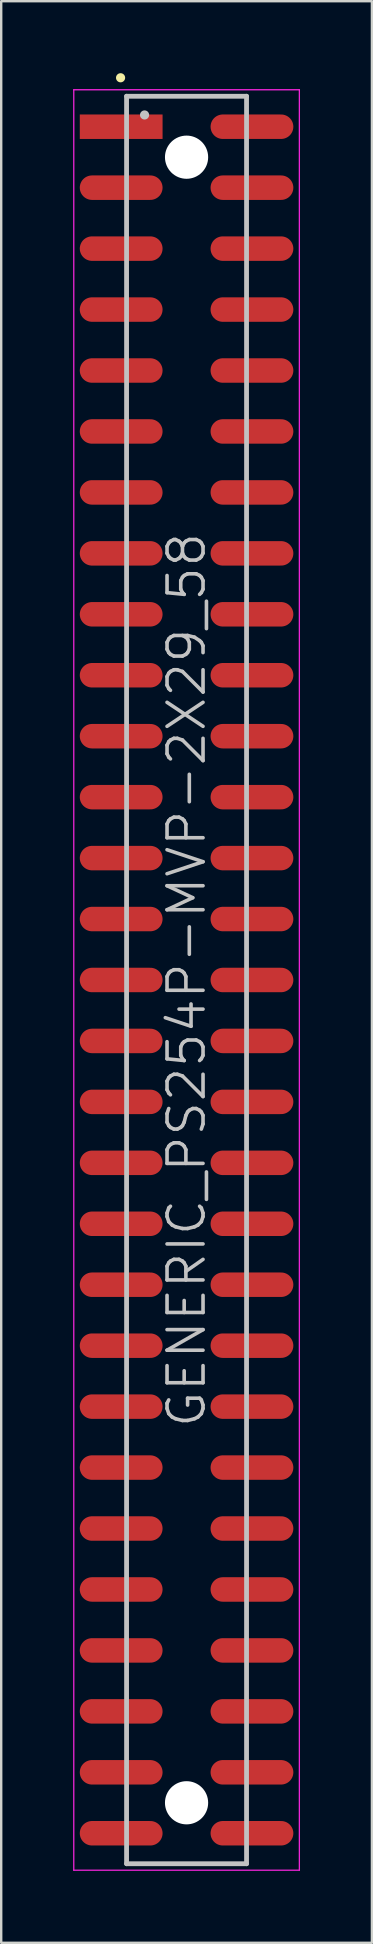
<source format=kicad_pcb>
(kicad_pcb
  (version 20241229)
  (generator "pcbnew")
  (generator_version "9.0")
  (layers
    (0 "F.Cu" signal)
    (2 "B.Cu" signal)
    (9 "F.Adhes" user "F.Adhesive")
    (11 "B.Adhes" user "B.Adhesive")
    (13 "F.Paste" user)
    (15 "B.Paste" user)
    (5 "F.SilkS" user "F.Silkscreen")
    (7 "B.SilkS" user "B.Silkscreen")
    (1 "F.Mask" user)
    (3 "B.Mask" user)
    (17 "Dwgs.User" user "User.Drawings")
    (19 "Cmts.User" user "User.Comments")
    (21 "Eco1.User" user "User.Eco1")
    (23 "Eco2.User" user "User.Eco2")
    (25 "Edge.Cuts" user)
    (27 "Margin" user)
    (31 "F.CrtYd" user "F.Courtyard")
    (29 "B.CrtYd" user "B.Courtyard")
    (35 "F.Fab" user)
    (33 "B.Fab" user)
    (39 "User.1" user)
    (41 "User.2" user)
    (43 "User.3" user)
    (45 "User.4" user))
  (footprint "GENERIC_PS254P-MVP-2X29_58"
    (layer "F.Cu")
    (at 4.725 37.791)
    (property "Reference" "GENERIC_PS254P-MVP-2X29_58" (at 0 0 90) (layer "Dwgs.User") (effects (font (size 1.5 1.5) (thickness 0.15))))
    (attr smd)
    (fp_line (start -2.75 -37.6) (end -2.75 -37.6) (stroke (width 0.381) (type solid)) (layer "F.SilkS"))
    (fp_line (start -2.5 -36.83) (end -2.5 36.83) (stroke (width 0.2) (type solid)) (layer "Dwgs.User"))
    (fp_line (start -2.5 -36.83) (end 2.5 -36.83) (stroke (width 0.2) (type solid)) (layer "Dwgs.User"))
    (fp_line (start -2.5 36.83) (end 2.5 36.83) (stroke (width 0.2) (type solid)) (layer "Dwgs.User"))
    (fp_line (start -1.75 -36.05) (end -1.75 -36.05) (stroke (width 0.381) (type solid)) (layer "Dwgs.User"))
    (fp_line (start 2.5 -36.83) (end 2.5 36.83) (stroke (width 0.2) (type solid)) (layer "Dwgs.User"))
    (fp_line (start -4.7 -37.1) (end -4.7 37.1) (stroke (width 0.05) (type solid)) (layer "F.CrtYd"))
    (fp_line (start -4.7 -37.1) (end 4.7 -37.1) (stroke (width 0.05) (type solid)) (layer "F.CrtYd"))
    (fp_line (start -4.7 37.1) (end 4.7 37.1) (stroke (width 0.05) (type solid)) (layer "F.CrtYd"))
    (fp_line (start 4.7 -37.1) (end 4.7 37.1) (stroke (width 0.05) (type solid)) (layer "F.CrtYd"))
    (pad "" np_thru_hole circle (at 0 -34.29 270) (size 1.8 1.8) (drill 1.8) (layers "*.Cu" "*.Mask"))
    (pad "" np_thru_hole circle (at 0 34.29 270) (size 1.8 1.8) (drill 1.8) (layers "*.Cu" "*.Mask"))
    (pad "1" smd rect (at -2.725 -35.56 270) (size 1.02 3.45) (layers "F.Cu" "F.Mask" "F.Paste"))
    (pad "2" smd oval (at 2.725 -35.56 270) (size 1.02 3.45) (layers "F.Cu" "F.Mask" "F.Paste"))
    (pad "3" smd oval (at -2.725 -33.02 270) (size 1.02 3.45) (layers "F.Cu" "F.Mask" "F.Paste"))
    (pad "4" smd oval (at 2.725 -33.02 270) (size 1.02 3.45) (layers "F.Cu" "F.Mask" "F.Paste"))
    (pad "5" smd oval (at -2.725 -30.48 270) (size 1.02 3.45) (layers "F.Cu" "F.Mask" "F.Paste"))
    (pad "6" smd oval (at 2.725 -30.48 270) (size 1.02 3.45) (layers "F.Cu" "F.Mask" "F.Paste"))
    (pad "7" smd oval (at -2.725 -27.94 270) (size 1.02 3.45) (layers "F.Cu" "F.Mask" "F.Paste"))
    (pad "8" smd oval (at 2.725 -27.94 270) (size 1.02 3.45) (layers "F.Cu" "F.Mask" "F.Paste"))
    (pad "9" smd oval (at -2.725 -25.4 270) (size 1.02 3.45) (layers "F.Cu" "F.Mask" "F.Paste"))
    (pad "10" smd oval (at 2.725 -25.4 270) (size 1.02 3.45) (layers "F.Cu" "F.Mask" "F.Paste"))
    (pad "11" smd oval (at -2.725 -22.86 270) (size 1.02 3.45) (layers "F.Cu" "F.Mask" "F.Paste"))
    (pad "12" smd oval (at 2.725 -22.86 270) (size 1.02 3.45) (layers "F.Cu" "F.Mask" "F.Paste"))
    (pad "13" smd oval (at -2.725 -20.32 270) (size 1.02 3.45) (layers "F.Cu" "F.Mask" "F.Paste"))
    (pad "14" smd oval (at 2.725 -20.32 270) (size 1.02 3.45) (layers "F.Cu" "F.Mask" "F.Paste"))
    (pad "15" smd oval (at -2.725 -17.78 270) (size 1.02 3.45) (layers "F.Cu" "F.Mask" "F.Paste"))
    (pad "16" smd oval (at 2.725 -17.78 270) (size 1.02 3.45) (layers "F.Cu" "F.Mask" "F.Paste"))
    (pad "17" smd oval (at -2.725 -15.24 270) (size 1.02 3.45) (layers "F.Cu" "F.Mask" "F.Paste"))
    (pad "18" smd oval (at 2.725 -15.24 270) (size 1.02 3.45) (layers "F.Cu" "F.Mask" "F.Paste"))
    (pad "19" smd oval (at -2.725 -12.7 270) (size 1.02 3.45) (layers "F.Cu" "F.Mask" "F.Paste"))
    (pad "20" smd oval (at 2.725 -12.7 270) (size 1.02 3.45) (layers "F.Cu" "F.Mask" "F.Paste"))
    (pad "21" smd oval (at -2.725 -10.16 270) (size 1.02 3.45) (layers "F.Cu" "F.Mask" "F.Paste"))
    (pad "22" smd oval (at 2.725 -10.16 270) (size 1.02 3.45) (layers "F.Cu" "F.Mask" "F.Paste"))
    (pad "23" smd oval (at -2.725 -7.62 270) (size 1.02 3.45) (layers "F.Cu" "F.Mask" "F.Paste"))
    (pad "24" smd oval (at 2.725 -7.62 270) (size 1.02 3.45) (layers "F.Cu" "F.Mask" "F.Paste"))
    (pad "25" smd oval (at -2.725 -5.08 270) (size 1.02 3.45) (layers "F.Cu" "F.Mask" "F.Paste"))
    (pad "26" smd oval (at 2.725 -5.08 270) (size 1.02 3.45) (layers "F.Cu" "F.Mask" "F.Paste"))
    (pad "27" smd oval (at -2.725 -2.54 270) (size 1.02 3.45) (layers "F.Cu" "F.Mask" "F.Paste"))
    (pad "28" smd oval (at 2.725 -2.54 270) (size 1.02 3.45) (layers "F.Cu" "F.Mask" "F.Paste"))
    (pad "29" smd oval (at -2.725 0 270) (size 1.02 3.45) (layers "F.Cu" "F.Mask" "F.Paste"))
    (pad "30" smd oval (at 2.725 0 270) (size 1.02 3.45) (layers "F.Cu" "F.Mask" "F.Paste"))
    (pad "31" smd oval (at -2.725 2.54 270) (size 1.02 3.45) (layers "F.Cu" "F.Mask" "F.Paste"))
    (pad "32" smd oval (at 2.725 2.54 270) (size 1.02 3.45) (layers "F.Cu" "F.Mask" "F.Paste"))
    (pad "33" smd oval (at -2.725 5.08 270) (size 1.02 3.45) (layers "F.Cu" "F.Mask" "F.Paste"))
    (pad "34" smd oval (at 2.725 5.08 270) (size 1.02 3.45) (layers "F.Cu" "F.Mask" "F.Paste"))
    (pad "35" smd oval (at -2.725 7.62 270) (size 1.02 3.45) (layers "F.Cu" "F.Mask" "F.Paste"))
    (pad "36" smd oval (at 2.725 7.62 270) (size 1.02 3.45) (layers "F.Cu" "F.Mask" "F.Paste"))
    (pad "37" smd oval (at -2.725 10.16 270) (size 1.02 3.45) (layers "F.Cu" "F.Mask" "F.Paste"))
    (pad "38" smd oval (at 2.725 10.16 270) (size 1.02 3.45) (layers "F.Cu" "F.Mask" "F.Paste"))
    (pad "39" smd oval (at -2.725 12.7 270) (size 1.02 3.45) (layers "F.Cu" "F.Mask" "F.Paste"))
    (pad "40" smd oval (at 2.725 12.7 270) (size 1.02 3.45) (layers "F.Cu" "F.Mask" "F.Paste"))
    (pad "41" smd oval (at -2.725 15.24 270) (size 1.02 3.45) (layers "F.Cu" "F.Mask" "F.Paste"))
    (pad "42" smd oval (at 2.725 15.24 270) (size 1.02 3.45) (layers "F.Cu" "F.Mask" "F.Paste"))
    (pad "43" smd oval (at -2.725 17.78 270) (size 1.02 3.45) (layers "F.Cu" "F.Mask" "F.Paste"))
    (pad "44" smd oval (at 2.725 17.78 270) (size 1.02 3.45) (layers "F.Cu" "F.Mask" "F.Paste"))
    (pad "45" smd oval (at -2.725 20.32 270) (size 1.02 3.45) (layers "F.Cu" "F.Mask" "F.Paste"))
    (pad "46" smd oval (at 2.725 20.32 270) (size 1.02 3.45) (layers "F.Cu" "F.Mask" "F.Paste"))
    (pad "47" smd oval (at -2.725 22.86 270) (size 1.02 3.45) (layers "F.Cu" "F.Mask" "F.Paste"))
    (pad "48" smd oval (at 2.725 22.86 270) (size 1.02 3.45) (layers "F.Cu" "F.Mask" "F.Paste"))
    (pad "49" smd oval (at -2.725 25.4 270) (size 1.02 3.45) (layers "F.Cu" "F.Mask" "F.Paste"))
    (pad "50" smd oval (at 2.725 25.4 270) (size 1.02 3.45) (layers "F.Cu" "F.Mask" "F.Paste"))
    (pad "51" smd oval (at -2.725 27.94 270) (size 1.02 3.45) (layers "F.Cu" "F.Mask" "F.Paste"))
    (pad "52" smd oval (at 2.725 27.94 270) (size 1.02 3.45) (layers "F.Cu" "F.Mask" "F.Paste"))
    (pad "53" smd oval (at -2.725 30.48 270) (size 1.02 3.45) (layers "F.Cu" "F.Mask" "F.Paste"))
    (pad "54" smd oval (at 2.725 30.48 270) (size 1.02 3.45) (layers "F.Cu" "F.Mask" "F.Paste"))
    (pad "55" smd oval (at -2.725 33.02 270) (size 1.02 3.45) (layers "F.Cu" "F.Mask" "F.Paste"))
    (pad "56" smd oval (at 2.725 33.02 270) (size 1.02 3.45) (layers "F.Cu" "F.Mask" "F.Paste"))
    (pad "57" smd oval (at -2.725 35.56 270) (size 1.02 3.45) (layers "F.Cu" "F.Mask" "F.Paste"))
    (pad "58" smd oval (at 2.725 35.56 270) (size 1.02 3.45) (layers "F.Cu" "F.Mask" "F.Paste")))
  (gr_rect
    (start -3 -3)
    (end 12.45 77.915)
    (stroke (width 0.1) (type default))
    (fill no)
    (layer "Edge.Cuts")))
</source>
